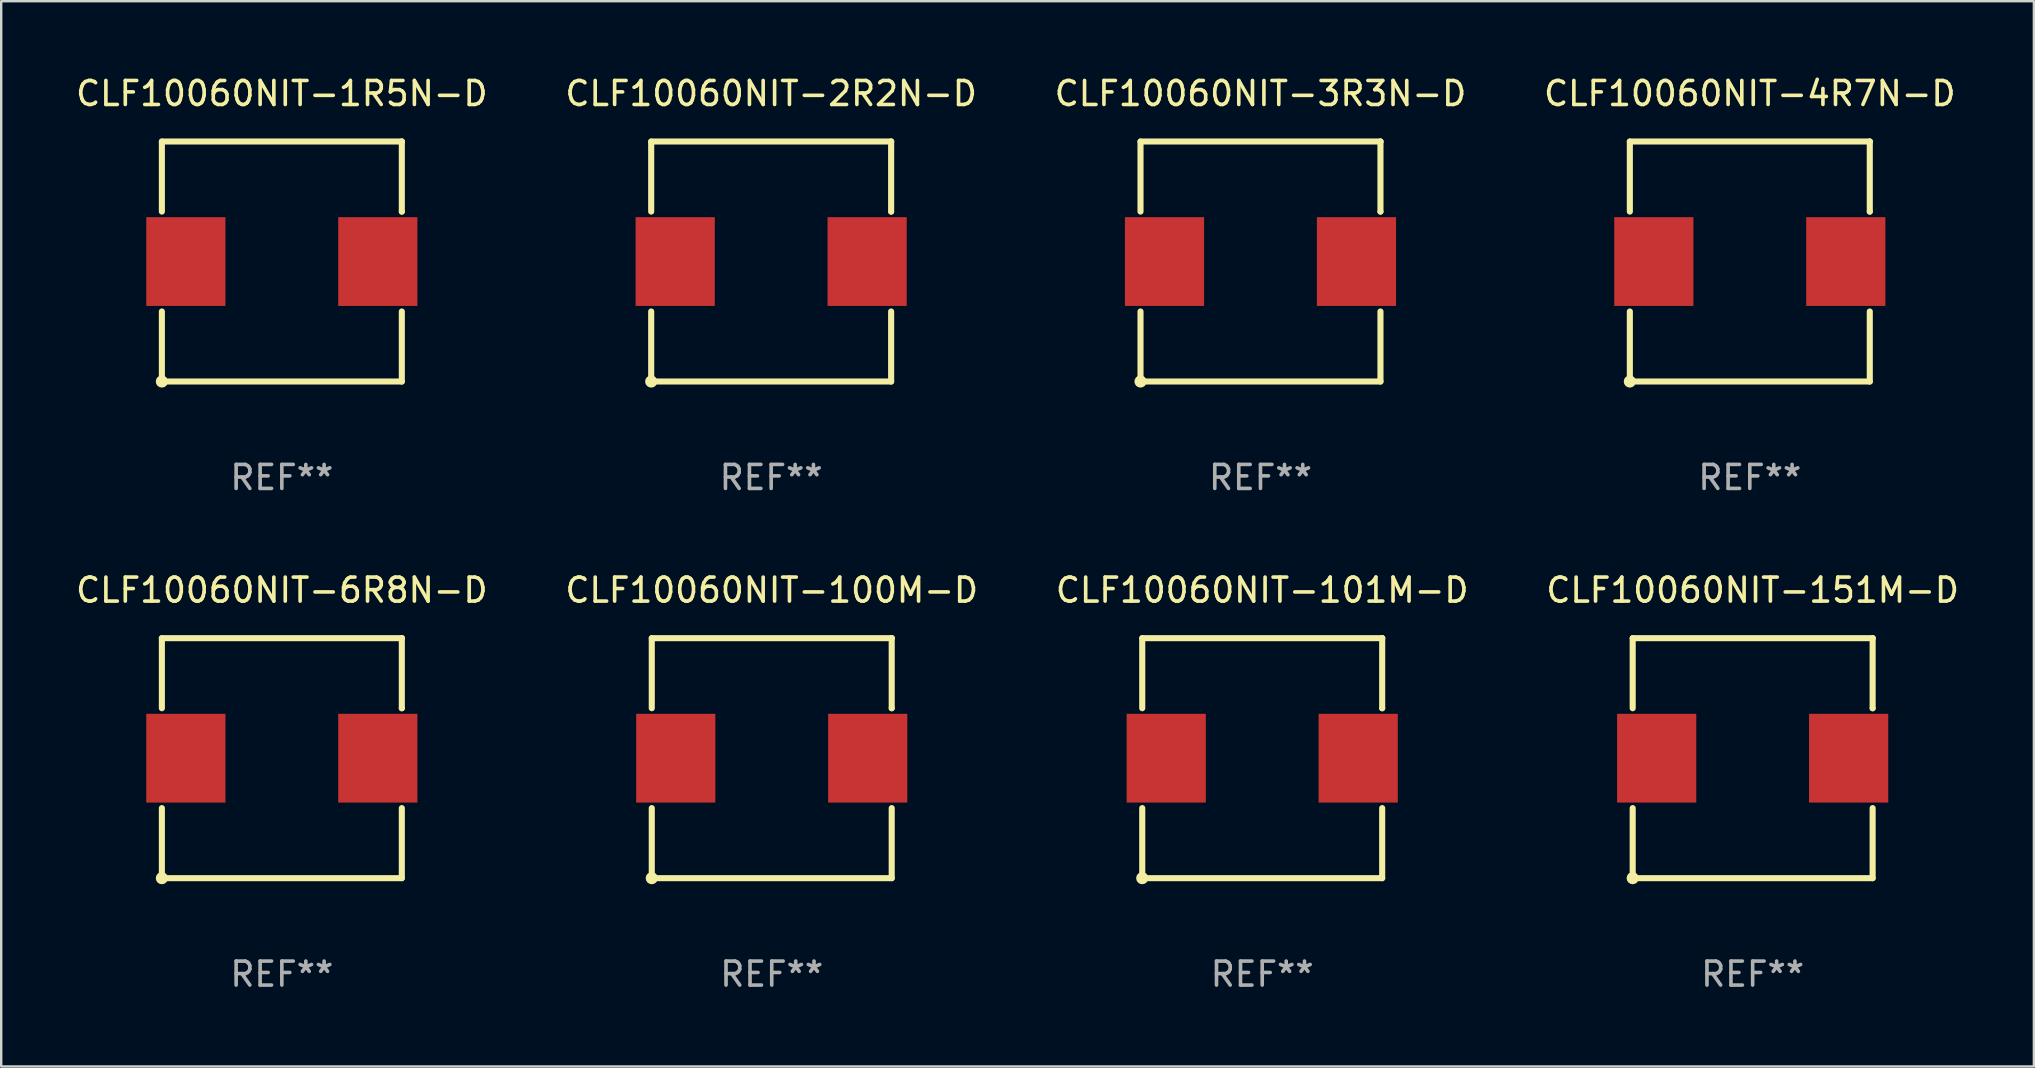
<source format=kicad_pcb>
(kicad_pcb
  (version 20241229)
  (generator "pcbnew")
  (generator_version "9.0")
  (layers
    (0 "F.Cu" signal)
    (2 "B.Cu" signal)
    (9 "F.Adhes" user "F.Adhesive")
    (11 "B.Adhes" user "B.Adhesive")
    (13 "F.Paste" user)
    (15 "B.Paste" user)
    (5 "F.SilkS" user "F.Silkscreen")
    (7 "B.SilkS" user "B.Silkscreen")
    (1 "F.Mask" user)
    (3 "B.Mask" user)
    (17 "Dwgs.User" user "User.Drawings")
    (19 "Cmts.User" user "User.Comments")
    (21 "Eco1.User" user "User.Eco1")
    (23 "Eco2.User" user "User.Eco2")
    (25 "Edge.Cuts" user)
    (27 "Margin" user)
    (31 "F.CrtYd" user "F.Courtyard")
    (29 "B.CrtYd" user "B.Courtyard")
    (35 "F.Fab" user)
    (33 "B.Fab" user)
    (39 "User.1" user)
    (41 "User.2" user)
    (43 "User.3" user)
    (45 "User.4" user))
  (footprint "CLF10060NIT-2R2N-D"
    (layer "F.Cu")
    (at 29.089 7.849)
    (property "Reference" "CLF10060NIT-2R2N-D" (at 0 -7.001 0) (layer "F.SilkS") (effects (font (size 1 1) (thickness 0.15))))
    (attr through_hole)
    (fp_line (start -5 -5.001) (end 5 -5.001) (stroke (width 0.254) (type solid)) (layer "F.SilkS"))
    (fp_line (start -5 -2.081) (end -5 -4.999) (stroke (width 0.254) (type solid)) (layer "F.SilkS"))
    (fp_line (start -5 5.001) (end -5 2.082) (stroke (width 0.254) (type solid)) (layer "F.SilkS"))
    (fp_line (start 5 -5.001) (end 5 -4.998) (stroke (width 0.254) (type solid)) (layer "F.SilkS"))
    (fp_line (start 5 -4.998) (end 5 -2.08) (stroke (width 0.254) (type solid)) (layer "F.SilkS"))
    (fp_line (start 5 -2.08) (end 5 -2.08) (stroke (width 0.254) (type solid)) (layer "F.SilkS"))
    (fp_line (start 5 2.082) (end 5 5.001) (stroke (width 0.254) (type solid)) (layer "F.SilkS"))
    (fp_line (start 5 5.001) (end -5 5.001) (stroke (width 0.254) (type solid)) (layer "F.SilkS"))
    (fp_circle (center -5 5.001) (end -4.873 5.001) (stroke (width 0.254) (type solid)) (fill no) (layer "F.SilkS"))
    (fp_text user "REF**" (at 0 9.001 0) (layer "F.Fab") (effects (font (size 1 1) (thickness 0.15))))
    (pad "1" smd rect (at -4 0.001) (size 3.3 3.7) (layers "F.Cu" "F.Mask" "F.Paste"))
    (pad "2" smd rect (at 4 0.001) (size 3.3 3.7) (layers "F.Cu" "F.Mask" "F.Paste")))
  (footprint "CLF10060NIT-100M-D"
    (layer "F.Cu")
    (at 29.113 28.547)
    (property "Reference" "CLF10060NIT-100M-D" (at 0 -7.001 0) (layer "F.SilkS") (effects (font (size 1 1) (thickness 0.15))))
    (attr through_hole)
    (fp_line (start -5 -5.001) (end 5 -5.001) (stroke (width 0.254) (type solid)) (layer "F.SilkS"))
    (fp_line (start -5 -2.081) (end -5 -4.999) (stroke (width 0.254) (type solid)) (layer "F.SilkS"))
    (fp_line (start -5 5.001) (end -5 2.082) (stroke (width 0.254) (type solid)) (layer "F.SilkS"))
    (fp_line (start 5 -5.001) (end 5 -4.998) (stroke (width 0.254) (type solid)) (layer "F.SilkS"))
    (fp_line (start 5 -4.998) (end 5 -2.08) (stroke (width 0.254) (type solid)) (layer "F.SilkS"))
    (fp_line (start 5 -2.08) (end 5 -2.08) (stroke (width 0.254) (type solid)) (layer "F.SilkS"))
    (fp_line (start 5 2.082) (end 5 5.001) (stroke (width 0.254) (type solid)) (layer "F.SilkS"))
    (fp_line (start 5 5.001) (end -5 5.001) (stroke (width 0.254) (type solid)) (layer "F.SilkS"))
    (fp_circle (center -5 5.001) (end -4.873 5.001) (stroke (width 0.254) (type solid)) (fill no) (layer "F.SilkS"))
    (fp_text user "REF**" (at 0 9.001 0) (layer "F.Fab") (effects (font (size 1 1) (thickness 0.15))))
    (pad "1" smd rect (at -4 0.001) (size 3.3 3.7) (layers "F.Cu" "F.Mask" "F.Paste"))
    (pad "2" smd rect (at 4 0.001) (size 3.3 3.7) (layers "F.Cu" "F.Mask" "F.Paste")))
  (footprint "CLF10060NIT-4R7N-D"
    (layer "F.Cu")
    (at 69.875 7.849)
    (property "Reference" "CLF10060NIT-4R7N-D" (at 0 -7.001 0) (layer "F.SilkS") (effects (font (size 1 1) (thickness 0.15))))
    (attr through_hole)
    (fp_line (start -5 -5.001) (end 5 -5.001) (stroke (width 0.254) (type solid)) (layer "F.SilkS"))
    (fp_line (start -5 -2.081) (end -5 -4.999) (stroke (width 0.254) (type solid)) (layer "F.SilkS"))
    (fp_line (start -5 5.001) (end -5 2.082) (stroke (width 0.254) (type solid)) (layer "F.SilkS"))
    (fp_line (start 5 -5.001) (end 5 -4.998) (stroke (width 0.254) (type solid)) (layer "F.SilkS"))
    (fp_line (start 5 -4.998) (end 5 -2.08) (stroke (width 0.254) (type solid)) (layer "F.SilkS"))
    (fp_line (start 5 -2.08) (end 5 -2.08) (stroke (width 0.254) (type solid)) (layer "F.SilkS"))
    (fp_line (start 5 2.082) (end 5 5.001) (stroke (width 0.254) (type solid)) (layer "F.SilkS"))
    (fp_line (start 5 5.001) (end -5 5.001) (stroke (width 0.254) (type solid)) (layer "F.SilkS"))
    (fp_circle (center -5 5.001) (end -4.873 5.001) (stroke (width 0.254) (type solid)) (fill no) (layer "F.SilkS"))
    (fp_text user "REF**" (at 0 9.001 0) (layer "F.Fab") (effects (font (size 1 1) (thickness 0.15))))
    (pad "1" smd rect (at -4 0.001) (size 3.3 3.7) (layers "F.Cu" "F.Mask" "F.Paste"))
    (pad "2" smd rect (at 4 0.001) (size 3.3 3.7) (layers "F.Cu" "F.Mask" "F.Paste")))
  (footprint "CLF10060NIT-101M-D"
    (layer "F.Cu")
    (at 49.554 28.547)
    (property "Reference" "CLF10060NIT-101M-D" (at 0 -7.001 0) (layer "F.SilkS") (effects (font (size 1 1) (thickness 0.15))))
    (attr through_hole)
    (fp_line (start -5 -5.001) (end 5 -5.001) (stroke (width 0.254) (type solid)) (layer "F.SilkS"))
    (fp_line (start -5 -2.081) (end -5 -4.999) (stroke (width 0.254) (type solid)) (layer "F.SilkS"))
    (fp_line (start -5 5.001) (end -5 2.082) (stroke (width 0.254) (type solid)) (layer "F.SilkS"))
    (fp_line (start 5 -5.001) (end 5 -4.998) (stroke (width 0.254) (type solid)) (layer "F.SilkS"))
    (fp_line (start 5 -4.998) (end 5 -2.08) (stroke (width 0.254) (type solid)) (layer "F.SilkS"))
    (fp_line (start 5 -2.08) (end 5 -2.08) (stroke (width 0.254) (type solid)) (layer "F.SilkS"))
    (fp_line (start 5 2.082) (end 5 5.001) (stroke (width 0.254) (type solid)) (layer "F.SilkS"))
    (fp_line (start 5 5.001) (end -5 5.001) (stroke (width 0.254) (type solid)) (layer "F.SilkS"))
    (fp_circle (center -5 5.001) (end -4.873 5.001) (stroke (width 0.254) (type solid)) (fill no) (layer "F.SilkS"))
    (fp_text user "REF**" (at 0 9.001 0) (layer "F.Fab") (effects (font (size 1 1) (thickness 0.15))))
    (pad "1" smd rect (at -4 0.001) (size 3.3 3.7) (layers "F.Cu" "F.Mask" "F.Paste"))
    (pad "2" smd rect (at 4 0.001) (size 3.3 3.7) (layers "F.Cu" "F.Mask" "F.Paste")))
  (footprint "CLF10060NIT-6R8N-D"
    (layer "F.Cu")
    (at 8.696 28.547)
    (property "Reference" "CLF10060NIT-6R8N-D" (at 0 -7.001 0) (layer "F.SilkS") (effects (font (size 1 1) (thickness 0.15))))
    (attr through_hole)
    (fp_line (start -5 -5.001) (end 5 -5.001) (stroke (width 0.254) (type solid)) (layer "F.SilkS"))
    (fp_line (start -5 -2.081) (end -5 -4.999) (stroke (width 0.254) (type solid)) (layer "F.SilkS"))
    (fp_line (start -5 5.001) (end -5 2.082) (stroke (width 0.254) (type solid)) (layer "F.SilkS"))
    (fp_line (start 5 -5.001) (end 5 -4.998) (stroke (width 0.254) (type solid)) (layer "F.SilkS"))
    (fp_line (start 5 -4.998) (end 5 -2.08) (stroke (width 0.254) (type solid)) (layer "F.SilkS"))
    (fp_line (start 5 -2.08) (end 5 -2.08) (stroke (width 0.254) (type solid)) (layer "F.SilkS"))
    (fp_line (start 5 2.082) (end 5 5.001) (stroke (width 0.254) (type solid)) (layer "F.SilkS"))
    (fp_line (start 5 5.001) (end -5 5.001) (stroke (width 0.254) (type solid)) (layer "F.SilkS"))
    (fp_circle (center -5 5.001) (end -4.873 5.001) (stroke (width 0.254) (type solid)) (fill no) (layer "F.SilkS"))
    (fp_text user "REF**" (at 0 9.001 0) (layer "F.Fab") (effects (font (size 1 1) (thickness 0.15))))
    (pad "1" smd rect (at -4 0.001) (size 3.3 3.7) (layers "F.Cu" "F.Mask" "F.Paste"))
    (pad "2" smd rect (at 4 0.001) (size 3.3 3.7) (layers "F.Cu" "F.Mask" "F.Paste")))
  (footprint "CLF10060NIT-151M-D"
    (layer "F.Cu")
    (at 69.994 28.547)
    (property "Reference" "CLF10060NIT-151M-D" (at 0 -7.001 0) (layer "F.SilkS") (effects (font (size 1 1) (thickness 0.15))))
    (attr through_hole)
    (fp_line (start -5 -5.001) (end 5 -5.001) (stroke (width 0.254) (type solid)) (layer "F.SilkS"))
    (fp_line (start -5 -2.081) (end -5 -4.999) (stroke (width 0.254) (type solid)) (layer "F.SilkS"))
    (fp_line (start -5 5.001) (end -5 2.082) (stroke (width 0.254) (type solid)) (layer "F.SilkS"))
    (fp_line (start 5 -5.001) (end 5 -4.998) (stroke (width 0.254) (type solid)) (layer "F.SilkS"))
    (fp_line (start 5 -4.998) (end 5 -2.08) (stroke (width 0.254) (type solid)) (layer "F.SilkS"))
    (fp_line (start 5 -2.08) (end 5 -2.08) (stroke (width 0.254) (type solid)) (layer "F.SilkS"))
    (fp_line (start 5 2.082) (end 5 5.001) (stroke (width 0.254) (type solid)) (layer "F.SilkS"))
    (fp_line (start 5 5.001) (end -5 5.001) (stroke (width 0.254) (type solid)) (layer "F.SilkS"))
    (fp_circle (center -5 5.001) (end -4.873 5.001) (stroke (width 0.254) (type solid)) (fill no) (layer "F.SilkS"))
    (fp_text user "REF**" (at 0 9.001 0) (layer "F.Fab") (effects (font (size 1 1) (thickness 0.15))))
    (pad "1" smd rect (at -4 0.001) (size 3.3 3.7) (layers "F.Cu" "F.Mask" "F.Paste"))
    (pad "2" smd rect (at 4 0.001) (size 3.3 3.7) (layers "F.Cu" "F.Mask" "F.Paste")))
  (footprint "CLF10060NIT-1R5N-D"
    (layer "F.Cu")
    (at 8.696 7.849)
    (property "Reference" "CLF10060NIT-1R5N-D" (at 0 -7.001 0) (layer "F.SilkS") (effects (font (size 1 1) (thickness 0.15))))
    (attr through_hole)
    (fp_line (start -5 -5.001) (end 5 -5.001) (stroke (width 0.254) (type solid)) (layer "F.SilkS"))
    (fp_line (start -5 -2.081) (end -5 -4.999) (stroke (width 0.254) (type solid)) (layer "F.SilkS"))
    (fp_line (start -5 5.001) (end -5 2.082) (stroke (width 0.254) (type solid)) (layer "F.SilkS"))
    (fp_line (start 5 -5.001) (end 5 -4.998) (stroke (width 0.254) (type solid)) (layer "F.SilkS"))
    (fp_line (start 5 -4.998) (end 5 -2.08) (stroke (width 0.254) (type solid)) (layer "F.SilkS"))
    (fp_line (start 5 -2.08) (end 5 -2.08) (stroke (width 0.254) (type solid)) (layer "F.SilkS"))
    (fp_line (start 5 2.082) (end 5 5.001) (stroke (width 0.254) (type solid)) (layer "F.SilkS"))
    (fp_line (start 5 5.001) (end -5 5.001) (stroke (width 0.254) (type solid)) (layer "F.SilkS"))
    (fp_circle (center -5 5.001) (end -4.873 5.001) (stroke (width 0.254) (type solid)) (fill no) (layer "F.SilkS"))
    (fp_text user "REF**" (at 0 9.001 0) (layer "F.Fab") (effects (font (size 1 1) (thickness 0.15))))
    (pad "1" smd rect (at -4 0.001) (size 3.3 3.7) (layers "F.Cu" "F.Mask" "F.Paste"))
    (pad "2" smd rect (at 4 0.001) (size 3.3 3.7) (layers "F.Cu" "F.Mask" "F.Paste")))
  (footprint "CLF10060NIT-3R3N-D"
    (layer "F.Cu")
    (at 49.482 7.849)
    (property "Reference" "CLF10060NIT-3R3N-D" (at 0 -7.001 0) (layer "F.SilkS") (effects (font (size 1 1) (thickness 0.15))))
    (attr through_hole)
    (fp_line (start -5 -5.001) (end 5 -5.001) (stroke (width 0.254) (type solid)) (layer "F.SilkS"))
    (fp_line (start -5 -2.081) (end -5 -4.999) (stroke (width 0.254) (type solid)) (layer "F.SilkS"))
    (fp_line (start -5 5.001) (end -5 2.082) (stroke (width 0.254) (type solid)) (layer "F.SilkS"))
    (fp_line (start 5 -5.001) (end 5 -4.998) (stroke (width 0.254) (type solid)) (layer "F.SilkS"))
    (fp_line (start 5 -4.998) (end 5 -2.08) (stroke (width 0.254) (type solid)) (layer "F.SilkS"))
    (fp_line (start 5 -2.08) (end 5 -2.08) (stroke (width 0.254) (type solid)) (layer "F.SilkS"))
    (fp_line (start 5 2.082) (end 5 5.001) (stroke (width 0.254) (type solid)) (layer "F.SilkS"))
    (fp_line (start 5 5.001) (end -5 5.001) (stroke (width 0.254) (type solid)) (layer "F.SilkS"))
    (fp_circle (center -5 5.001) (end -4.873 5.001) (stroke (width 0.254) (type solid)) (fill no) (layer "F.SilkS"))
    (fp_text user "REF**" (at 0 9.001 0) (layer "F.Fab") (effects (font (size 1 1) (thickness 0.15))))
    (pad "1" smd rect (at -4 0.001) (size 3.3 3.7) (layers "F.Cu" "F.Mask" "F.Paste"))
    (pad "2" smd rect (at 4 0.001) (size 3.3 3.7) (layers "F.Cu" "F.Mask" "F.Paste")))
  (gr_rect
    (start -3 -3)
    (end 81.714 41.396)
    (stroke (width 0.1) (type default))
    (fill no)
    (layer "Edge.Cuts")))
</source>
